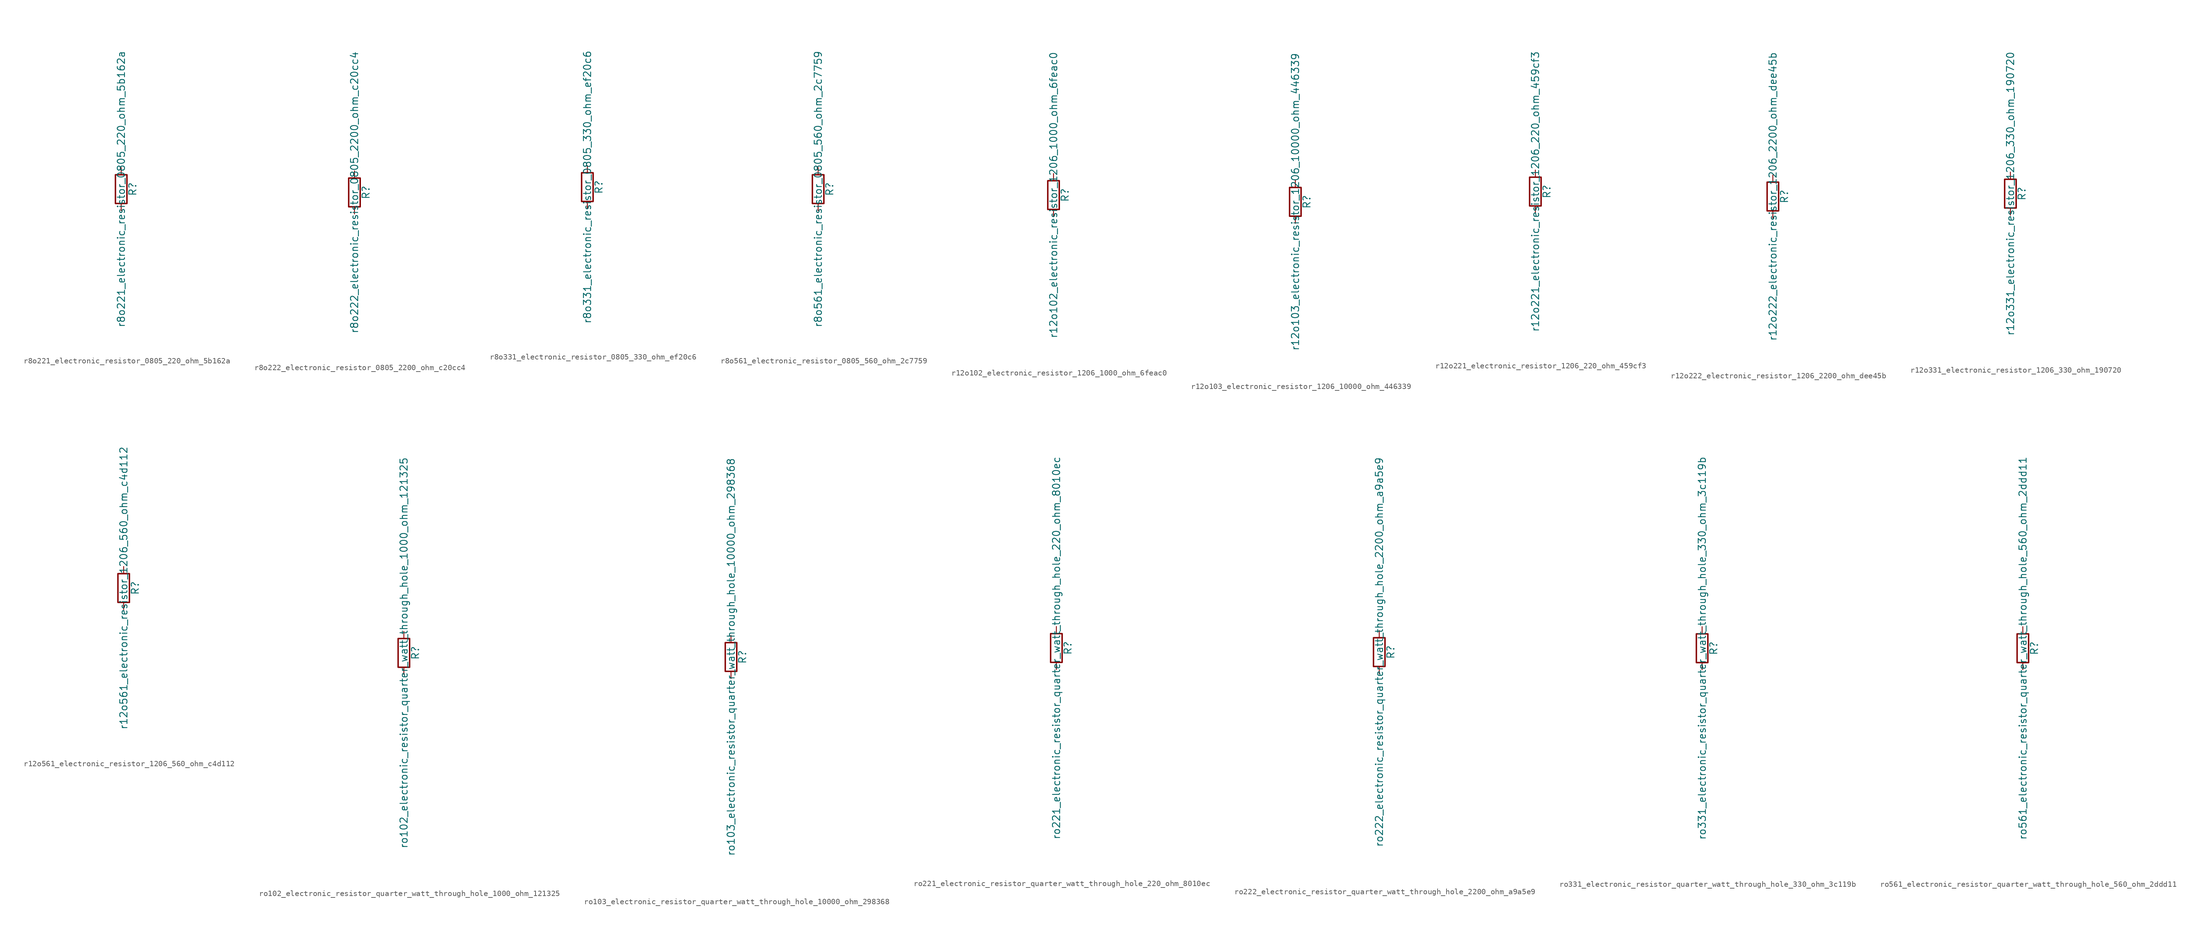
<source format=kicad_sym>
(kicad_symbol_lib
  (version 20220914)
  (generator kicad_symbol_editor)
  (symbol "r8o221_electronic_resistor_0805_220_ohm_5b162a"
    (pin_numbers hide)
    (pin_names
      (offset 0))
    (property "Reference" "R"
      (at 2.032 0 90)
      (effects (font (size 1.27 1.27))))
    (property "Value" "r8o221_electronic_resistor_0805_220_ohm_5b162a"
      (at 0 0 90)
      (effects (font (size 1.27 1.27))))
    (symbol "r8o221_electronic_resistor_0805_220_ohm_5b162a_0_1"
      (rectangle (start -1.016 -2.54) (end 1.016 2.54) (stroke (width 0.254) (type default)) (fill (type none))))
    (symbol "r8o221_electronic_resistor_0805_220_ohm_5b162a_1_1"
      (pin passive line (at 0 3.81 270) (length 1.27) (name "~" (effects (font (size 1.27 1.27)))) (number "1" (effects (font (size 1.27 1.27)))))
      (pin passive line (at 0 -3.81 90) (length 1.27) (name "~" (effects (font (size 1.27 1.27)))) (number "2" (effects (font (size 1.27 1.27)))))))
  (symbol "r8o222_electronic_resistor_0805_2200_ohm_c20cc4"
    (pin_numbers hide)
    (pin_names
      (offset 0))
    (property "Reference" "R"
      (at 2.032 0 90)
      (effects (font (size 1.27 1.27))))
    (property "Value" "r8o222_electronic_resistor_0805_2200_ohm_c20cc4"
      (at 0 0 90)
      (effects (font (size 1.27 1.27))))
    (symbol "r8o222_electronic_resistor_0805_2200_ohm_c20cc4_0_1"
      (rectangle (start -1.016 -2.54) (end 1.016 2.54) (stroke (width 0.254) (type default)) (fill (type none))))
    (symbol "r8o222_electronic_resistor_0805_2200_ohm_c20cc4_1_1"
      (pin passive line (at 0 3.81 270) (length 1.27) (name "~" (effects (font (size 1.27 1.27)))) (number "1" (effects (font (size 1.27 1.27)))))
      (pin passive line (at 0 -3.81 90) (length 1.27) (name "~" (effects (font (size 1.27 1.27)))) (number "2" (effects (font (size 1.27 1.27)))))))
  (symbol "r8o331_electronic_resistor_0805_330_ohm_ef20c6"
    (pin_numbers hide)
    (pin_names
      (offset 0))
    (property "Reference" "R"
      (at 2.032 0 90)
      (effects (font (size 1.27 1.27))))
    (property "Value" "r8o331_electronic_resistor_0805_330_ohm_ef20c6"
      (at 0 0 90)
      (effects (font (size 1.27 1.27))))
    (symbol "r8o331_electronic_resistor_0805_330_ohm_ef20c6_0_1"
      (rectangle (start -1.016 -2.54) (end 1.016 2.54) (stroke (width 0.254) (type default)) (fill (type none))))
    (symbol "r8o331_electronic_resistor_0805_330_ohm_ef20c6_1_1"
      (pin passive line (at 0 3.81 270) (length 1.27) (name "~" (effects (font (size 1.27 1.27)))) (number "1" (effects (font (size 1.27 1.27)))))
      (pin passive line (at 0 -3.81 90) (length 1.27) (name "~" (effects (font (size 1.27 1.27)))) (number "2" (effects (font (size 1.27 1.27)))))))
  (symbol "r8o561_electronic_resistor_0805_560_ohm_2c7759"
    (pin_numbers hide)
    (pin_names
      (offset 0))
    (property "Reference" "R"
      (at 2.032 0 90)
      (effects (font (size 1.27 1.27))))
    (property "Value" "r8o561_electronic_resistor_0805_560_ohm_2c7759"
      (at 0 0 90)
      (effects (font (size 1.27 1.27))))
    (symbol "r8o561_electronic_resistor_0805_560_ohm_2c7759_0_1"
      (rectangle (start -1.016 -2.54) (end 1.016 2.54) (stroke (width 0.254) (type default)) (fill (type none))))
    (symbol "r8o561_electronic_resistor_0805_560_ohm_2c7759_1_1"
      (pin passive line (at 0 3.81 270) (length 1.27) (name "~" (effects (font (size 1.27 1.27)))) (number "1" (effects (font (size 1.27 1.27)))))
      (pin passive line (at 0 -3.81 90) (length 1.27) (name "~" (effects (font (size 1.27 1.27)))) (number "2" (effects (font (size 1.27 1.27)))))))
  (symbol "r12o102_electronic_resistor_1206_1000_ohm_6feac0"
    (pin_numbers hide)
    (pin_names
      (offset 0))
    (property "Reference" "R"
      (at 2.032 0 90)
      (effects (font (size 1.27 1.27))))
    (property "Value" "r12o102_electronic_resistor_1206_1000_ohm_6feac0"
      (at 0 0 90)
      (effects (font (size 1.27 1.27))))
    (symbol "r12o102_electronic_resistor_1206_1000_ohm_6feac0_0_1"
      (rectangle (start -1.016 -2.54) (end 1.016 2.54) (stroke (width 0.254) (type default)) (fill (type none))))
    (symbol "r12o102_electronic_resistor_1206_1000_ohm_6feac0_1_1"
      (pin passive line (at 0 3.81 270) (length 1.27) (name "~" (effects (font (size 1.27 1.27)))) (number "1" (effects (font (size 1.27 1.27)))))
      (pin passive line (at 0 -3.81 90) (length 1.27) (name "~" (effects (font (size 1.27 1.27)))) (number "2" (effects (font (size 1.27 1.27)))))))
  (symbol "r12o103_electronic_resistor_1206_10000_ohm_446339"
    (pin_numbers hide)
    (pin_names
      (offset 0))
    (property "Reference" "R"
      (at 2.032 0 90)
      (effects (font (size 1.27 1.27))))
    (property "Value" "r12o103_electronic_resistor_1206_10000_ohm_446339"
      (at 0 0 90)
      (effects (font (size 1.27 1.27))))
    (symbol "r12o103_electronic_resistor_1206_10000_ohm_446339_0_1"
      (rectangle (start -1.016 -2.54) (end 1.016 2.54) (stroke (width 0.254) (type default)) (fill (type none))))
    (symbol "r12o103_electronic_resistor_1206_10000_ohm_446339_1_1"
      (pin passive line (at 0 3.81 270) (length 1.27) (name "~" (effects (font (size 1.27 1.27)))) (number "1" (effects (font (size 1.27 1.27)))))
      (pin passive line (at 0 -3.81 90) (length 1.27) (name "~" (effects (font (size 1.27 1.27)))) (number "2" (effects (font (size 1.27 1.27)))))))
  (symbol "r12o221_electronic_resistor_1206_220_ohm_459cf3"
    (pin_numbers hide)
    (pin_names
      (offset 0))
    (property "Reference" "R"
      (at 2.032 0 90)
      (effects (font (size 1.27 1.27))))
    (property "Value" "r12o221_electronic_resistor_1206_220_ohm_459cf3"
      (at 0 0 90)
      (effects (font (size 1.27 1.27))))
    (symbol "r12o221_electronic_resistor_1206_220_ohm_459cf3_0_1"
      (rectangle (start -1.016 -2.54) (end 1.016 2.54) (stroke (width 0.254) (type default)) (fill (type none))))
    (symbol "r12o221_electronic_resistor_1206_220_ohm_459cf3_1_1"
      (pin passive line (at 0 3.81 270) (length 1.27) (name "~" (effects (font (size 1.27 1.27)))) (number "1" (effects (font (size 1.27 1.27)))))
      (pin passive line (at 0 -3.81 90) (length 1.27) (name "~" (effects (font (size 1.27 1.27)))) (number "2" (effects (font (size 1.27 1.27)))))))
  (symbol "r12o222_electronic_resistor_1206_2200_ohm_dee45b"
    (pin_numbers hide)
    (pin_names
      (offset 0))
    (property "Reference" "R"
      (at 2.032 0 90)
      (effects (font (size 1.27 1.27))))
    (property "Value" "r12o222_electronic_resistor_1206_2200_ohm_dee45b"
      (at 0 0 90)
      (effects (font (size 1.27 1.27))))
    (symbol "r12o222_electronic_resistor_1206_2200_ohm_dee45b_0_1"
      (rectangle (start -1.016 -2.54) (end 1.016 2.54) (stroke (width 0.254) (type default)) (fill (type none))))
    (symbol "r12o222_electronic_resistor_1206_2200_ohm_dee45b_1_1"
      (pin passive line (at 0 3.81 270) (length 1.27) (name "~" (effects (font (size 1.27 1.27)))) (number "1" (effects (font (size 1.27 1.27)))))
      (pin passive line (at 0 -3.81 90) (length 1.27) (name "~" (effects (font (size 1.27 1.27)))) (number "2" (effects (font (size 1.27 1.27)))))))
  (symbol "r12o331_electronic_resistor_1206_330_ohm_190720"
    (pin_numbers hide)
    (pin_names
      (offset 0))
    (property "Reference" "R"
      (at 2.032 0 90)
      (effects (font (size 1.27 1.27))))
    (property "Value" "r12o331_electronic_resistor_1206_330_ohm_190720"
      (at 0 0 90)
      (effects (font (size 1.27 1.27))))
    (symbol "r12o331_electronic_resistor_1206_330_ohm_190720_0_1"
      (rectangle (start -1.016 -2.54) (end 1.016 2.54) (stroke (width 0.254) (type default)) (fill (type none))))
    (symbol "r12o331_electronic_resistor_1206_330_ohm_190720_1_1"
      (pin passive line (at 0 3.81 270) (length 1.27) (name "~" (effects (font (size 1.27 1.27)))) (number "1" (effects (font (size 1.27 1.27)))))
      (pin passive line (at 0 -3.81 90) (length 1.27) (name "~" (effects (font (size 1.27 1.27)))) (number "2" (effects (font (size 1.27 1.27)))))))
  (symbol "r12o561_electronic_resistor_1206_560_ohm_c4d112"
    (pin_numbers hide)
    (pin_names
      (offset 0))
    (property "Reference" "R"
      (at 2.032 0 90)
      (effects (font (size 1.27 1.27))))
    (property "Value" "r12o561_electronic_resistor_1206_560_ohm_c4d112"
      (at 0 0 90)
      (effects (font (size 1.27 1.27))))
    (symbol "r12o561_electronic_resistor_1206_560_ohm_c4d112_0_1"
      (rectangle (start -1.016 -2.54) (end 1.016 2.54) (stroke (width 0.254) (type default)) (fill (type none))))
    (symbol "r12o561_electronic_resistor_1206_560_ohm_c4d112_1_1"
      (pin passive line (at 0 3.81 270) (length 1.27) (name "~" (effects (font (size 1.27 1.27)))) (number "1" (effects (font (size 1.27 1.27)))))
      (pin passive line (at 0 -3.81 90) (length 1.27) (name "~" (effects (font (size 1.27 1.27)))) (number "2" (effects (font (size 1.27 1.27)))))))
  (symbol "ro102_electronic_resistor_quarter_watt_through_hole_1000_ohm_121325"
    (pin_numbers hide)
    (pin_names
      (offset 0))
    (property "Reference" "R"
      (at 2.032 0 90)
      (effects (font (size 1.27 1.27))))
    (property "Value" "ro102_electronic_resistor_quarter_watt_through_hole_1000_ohm_121325"
      (at 0 0 90)
      (effects (font (size 1.27 1.27))))
    (symbol "ro102_electronic_resistor_quarter_watt_through_hole_1000_ohm_121325_0_1"
      (rectangle (start -1.016 -2.54) (end 1.016 2.54) (stroke (width 0.254) (type default)) (fill (type none))))
    (symbol "ro102_electronic_resistor_quarter_watt_through_hole_1000_ohm_121325_1_1"
      (pin passive line (at 0 3.81 270) (length 1.27) (name "~" (effects (font (size 1.27 1.27)))) (number "1" (effects (font (size 1.27 1.27)))))
      (pin passive line (at 0 -3.81 90) (length 1.27) (name "~" (effects (font (size 1.27 1.27)))) (number "2" (effects (font (size 1.27 1.27)))))))
  (symbol "ro103_electronic_resistor_quarter_watt_through_hole_10000_ohm_298368"
    (pin_numbers hide)
    (pin_names
      (offset 0))
    (property "Reference" "R"
      (at 2.032 0 90)
      (effects (font (size 1.27 1.27))))
    (property "Value" "ro103_electronic_resistor_quarter_watt_through_hole_10000_ohm_298368"
      (at 0 0 90)
      (effects (font (size 1.27 1.27))))
    (symbol "ro103_electronic_resistor_quarter_watt_through_hole_10000_ohm_298368_0_1"
      (rectangle (start -1.016 -2.54) (end 1.016 2.54) (stroke (width 0.254) (type default)) (fill (type none))))
    (symbol "ro103_electronic_resistor_quarter_watt_through_hole_10000_ohm_298368_1_1"
      (pin passive line (at 0 3.81 270) (length 1.27) (name "~" (effects (font (size 1.27 1.27)))) (number "1" (effects (font (size 1.27 1.27)))))
      (pin passive line (at 0 -3.81 90) (length 1.27) (name "~" (effects (font (size 1.27 1.27)))) (number "2" (effects (font (size 1.27 1.27)))))))
  (symbol "ro221_electronic_resistor_quarter_watt_through_hole_220_ohm_8010ec"
    (pin_numbers hide)
    (pin_names
      (offset 0))
    (property "Reference" "R"
      (at 2.032 0 90)
      (effects (font (size 1.27 1.27))))
    (property "Value" "ro221_electronic_resistor_quarter_watt_through_hole_220_ohm_8010ec"
      (at 0 0 90)
      (effects (font (size 1.27 1.27))))
    (symbol "ro221_electronic_resistor_quarter_watt_through_hole_220_ohm_8010ec_0_1"
      (rectangle (start -1.016 -2.54) (end 1.016 2.54) (stroke (width 0.254) (type default)) (fill (type none))))
    (symbol "ro221_electronic_resistor_quarter_watt_through_hole_220_ohm_8010ec_1_1"
      (pin passive line (at 0 3.81 270) (length 1.27) (name "~" (effects (font (size 1.27 1.27)))) (number "1" (effects (font (size 1.27 1.27)))))
      (pin passive line (at 0 -3.81 90) (length 1.27) (name "~" (effects (font (size 1.27 1.27)))) (number "2" (effects (font (size 1.27 1.27)))))))
  (symbol "ro222_electronic_resistor_quarter_watt_through_hole_2200_ohm_a9a5e9"
    (pin_numbers hide)
    (pin_names
      (offset 0))
    (property "Reference" "R"
      (at 2.032 0 90)
      (effects (font (size 1.27 1.27))))
    (property "Value" "ro222_electronic_resistor_quarter_watt_through_hole_2200_ohm_a9a5e9"
      (at 0 0 90)
      (effects (font (size 1.27 1.27))))
    (symbol "ro222_electronic_resistor_quarter_watt_through_hole_2200_ohm_a9a5e9_0_1"
      (rectangle (start -1.016 -2.54) (end 1.016 2.54) (stroke (width 0.254) (type default)) (fill (type none))))
    (symbol "ro222_electronic_resistor_quarter_watt_through_hole_2200_ohm_a9a5e9_1_1"
      (pin passive line (at 0 3.81 270) (length 1.27) (name "~" (effects (font (size 1.27 1.27)))) (number "1" (effects (font (size 1.27 1.27)))))
      (pin passive line (at 0 -3.81 90) (length 1.27) (name "~" (effects (font (size 1.27 1.27)))) (number "2" (effects (font (size 1.27 1.27)))))))
  (symbol "ro331_electronic_resistor_quarter_watt_through_hole_330_ohm_3c119b"
    (pin_numbers hide)
    (pin_names
      (offset 0))
    (property "Reference" "R"
      (at 2.032 0 90)
      (effects (font (size 1.27 1.27))))
    (property "Value" "ro331_electronic_resistor_quarter_watt_through_hole_330_ohm_3c119b"
      (at 0 0 90)
      (effects (font (size 1.27 1.27))))
    (symbol "ro331_electronic_resistor_quarter_watt_through_hole_330_ohm_3c119b_0_1"
      (rectangle (start -1.016 -2.54) (end 1.016 2.54) (stroke (width 0.254) (type default)) (fill (type none))))
    (symbol "ro331_electronic_resistor_quarter_watt_through_hole_330_ohm_3c119b_1_1"
      (pin passive line (at 0 3.81 270) (length 1.27) (name "~" (effects (font (size 1.27 1.27)))) (number "1" (effects (font (size 1.27 1.27)))))
      (pin passive line (at 0 -3.81 90) (length 1.27) (name "~" (effects (font (size 1.27 1.27)))) (number "2" (effects (font (size 1.27 1.27)))))))
  (symbol "ro561_electronic_resistor_quarter_watt_through_hole_560_ohm_2ddd11"
    (pin_numbers hide)
    (pin_names
      (offset 0))
    (property "Reference" "R"
      (at 2.032 0 90)
      (effects (font (size 1.27 1.27))))
    (property "Value" "ro561_electronic_resistor_quarter_watt_through_hole_560_ohm_2ddd11"
      (at 0 0 90)
      (effects (font (size 1.27 1.27))))
    (symbol "ro561_electronic_resistor_quarter_watt_through_hole_560_ohm_2ddd11_0_1"
      (rectangle (start -1.016 -2.54) (end 1.016 2.54) (stroke (width 0.254) (type default)) (fill (type none))))
    (symbol "ro561_electronic_resistor_quarter_watt_through_hole_560_ohm_2ddd11_1_1"
      (pin passive line (at 0 3.81 270) (length 1.27) (name "~" (effects (font (size 1.27 1.27)))) (number "1" (effects (font (size 1.27 1.27)))))
      (pin passive line (at 0 -3.81 90) (length 1.27) (name "~" (effects (font (size 1.27 1.27)))) (number "2" (effects (font (size 1.27 1.27))))))))
</source>
